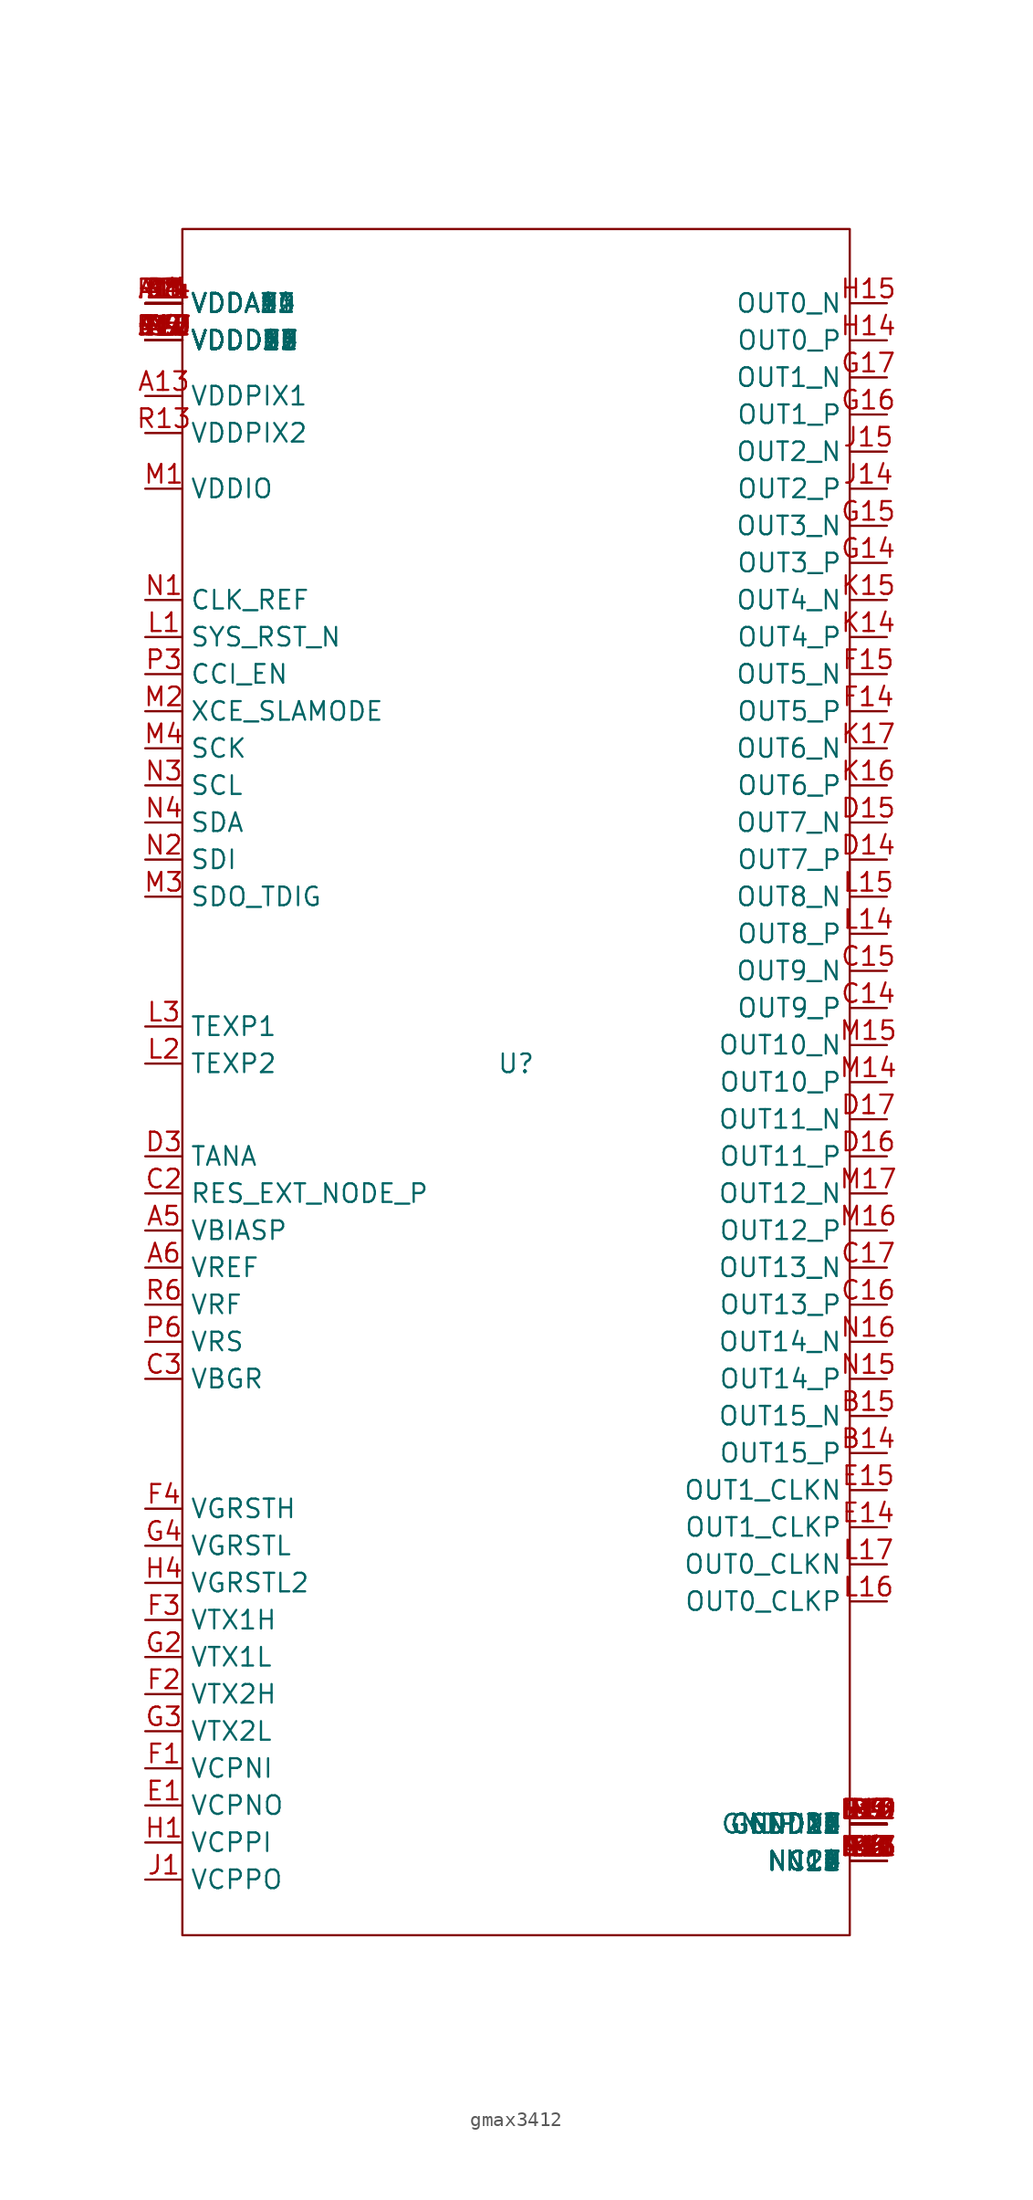
<source format=kicad_sym>
(kicad_symbol_lib
  (version 20231120)
  (generator "kicad_symbol_editor")
  (generator_version "8.0")
  (symbol "gmax3412"
    (property "Reference" "U"
      (at 0 0 0)
      (effects (font (size 1.27 1.27))))
    (property "Value" ""
      (at 0 0 0)
      (effects (font (size 1.27 1.27))))
    (symbol "gmax3412_0_1"
      (rectangle (start -22.86 57.15) (end 22.86 -59.69) (stroke (width 0) (type default)) (fill (type none))))
    (symbol "gmax3412_1_1"
      (pin input line (at -25.4 49.53 0) (length 2.54) (name "VDDD4" (effects (font (size 1.27 1.27)))) (number "A10" (effects (font (size 1.27 1.27)))))
      (pin input line (at -25.4 52.07 0) (length 2.54) (name "VDDA3" (effects (font (size 1.27 1.27)))) (number "A11" (effects (font (size 1.27 1.27)))))
      (pin input line (at -25.4 49.53 0) (length 2.54) (name "VDDD5" (effects (font (size 1.27 1.27)))) (number "A12" (effects (font (size 1.27 1.27)))))
      (pin input line (at -25.4 45.72 0) (length 2.54) (name "VDDPIX1" (effects (font (size 1.27 1.27)))) (number "A13" (effects (font (size 1.27 1.27)))))
      (pin input line (at -25.4 52.07 0) (length 2.54) (name "VDDA4" (effects (font (size 1.27 1.27)))) (number "A14" (effects (font (size 1.27 1.27)))))
      (pin input line (at 25.4 -54.61 180) (length 2.54) (name "NC1" (effects (font (size 1.27 1.27)))) (number "A15" (effects (font (size 1.27 1.27)))))
      (pin input line (at -25.4 52.07 0) (length 2.54) (name "VDDA1" (effects (font (size 1.27 1.27)))) (number "A3" (effects (font (size 1.27 1.27)))))
      (pin input line (at -25.4 49.53 0) (length 2.54) (name "VDDD1" (effects (font (size 1.27 1.27)))) (number "A4" (effects (font (size 1.27 1.27)))))
      (pin input line (at -25.4 -11.43 0) (length 2.54) (name "VBIASP" (effects (font (size 1.27 1.27)))) (number "A5" (effects (font (size 1.27 1.27)))))
      (pin input line (at -25.4 -13.97 0) (length 2.54) (name "VREF" (effects (font (size 1.27 1.27)))) (number "A6" (effects (font (size 1.27 1.27)))))
      (pin input line (at -25.4 49.53 0) (length 2.54) (name "VDDD2" (effects (font (size 1.27 1.27)))) (number "A7" (effects (font (size 1.27 1.27)))))
      (pin input line (at -25.4 52.07 0) (length 2.54) (name "VDDA2" (effects (font (size 1.27 1.27)))) (number "A8" (effects (font (size 1.27 1.27)))))
      (pin input line (at -25.4 49.53 0) (length 2.54) (name "VDDD3" (effects (font (size 1.27 1.27)))) (number "A9" (effects (font (size 1.27 1.27)))))
      (pin input line (at 25.4 -52.07 180) (length 2.54) (name "GNDD3" (effects (font (size 1.27 1.27)))) (number "B10" (effects (font (size 1.27 1.27)))))
      (pin input line (at 25.4 -52.07 180) (length 2.54) hide (name "GNDA3" (effects (font (size 1.27 1.27)))) (number "B11" (effects (font (size 1.27 1.27)))))
      (pin input line (at -25.4 49.53 0) (length 2.54) (name "VDDD7" (effects (font (size 1.27 1.27)))) (number "B12" (effects (font (size 1.27 1.27)))))
      (pin input line (at 25.4 -52.07 180) (length 2.54) (name "GNDPIX1" (effects (font (size 1.27 1.27)))) (number "B13" (effects (font (size 1.27 1.27)))))
      (pin input line (at 25.4 -26.67 180) (length 2.54) (name "OUT15_P" (effects (font (size 1.27 1.27)))) (number "B14" (effects (font (size 1.27 1.27)))))
      (pin input line (at 25.4 -24.13 180) (length 2.54) (name "OUT15_N" (effects (font (size 1.27 1.27)))) (number "B15" (effects (font (size 1.27 1.27)))))
      (pin input line (at 25.4 -52.07 180) (length 2.54) hide (name "GNDA1" (effects (font (size 1.27 1.27)))) (number "B3" (effects (font (size 1.27 1.27)))))
      (pin input line (at 25.4 -52.07 180) (length 2.54) (name "GNDD1" (effects (font (size 1.27 1.27)))) (number "B4" (effects (font (size 1.27 1.27)))))
      (pin input line (at 25.4 -54.61 180) (length 2.54) (name "NC2" (effects (font (size 1.27 1.27)))) (number "B5" (effects (font (size 1.27 1.27)))))
      (pin input line (at 25.4 -54.61 180) (length 2.54) (name "NC3" (effects (font (size 1.27 1.27)))) (number "B6" (effects (font (size 1.27 1.27)))))
      (pin input line (at 25.4 -52.07 180) (length 2.54) (name "GNDD2" (effects (font (size 1.27 1.27)))) (number "B7" (effects (font (size 1.27 1.27)))))
      (pin input line (at 25.4 -52.07 180) (length 2.54) hide (name "GNDA2" (effects (font (size 1.27 1.27)))) (number "B8" (effects (font (size 1.27 1.27)))))
      (pin input line (at -25.4 49.53 0) (length 2.54) (name "VDDD6" (effects (font (size 1.27 1.27)))) (number "B9" (effects (font (size 1.27 1.27)))))
      (pin input line (at 25.4 -52.07 180) (length 2.54) hide (name "GNDA4" (effects (font (size 1.27 1.27)))) (number "C1" (effects (font (size 1.27 1.27)))))
      (pin input line (at -25.4 49.53 0) (length 2.54) (name "VDDD9" (effects (font (size 1.27 1.27)))) (number "C10" (effects (font (size 1.27 1.27)))))
      (pin input line (at 25.4 -54.61 180) (length 2.54) (name "NC8" (effects (font (size 1.27 1.27)))) (number "C11" (effects (font (size 1.27 1.27)))))
      (pin input line (at 25.4 -52.07 180) (length 2.54) (name "GNDD5" (effects (font (size 1.27 1.27)))) (number "C12" (effects (font (size 1.27 1.27)))))
      (pin input line (at 25.4 -54.61 180) (length 2.54) (name "NC9" (effects (font (size 1.27 1.27)))) (number "C13" (effects (font (size 1.27 1.27)))))
      (pin input line (at 25.4 3.81 180) (length 2.54) (name "OUT9_P" (effects (font (size 1.27 1.27)))) (number "C14" (effects (font (size 1.27 1.27)))))
      (pin input line (at 25.4 6.35 180) (length 2.54) (name "OUT9_N" (effects (font (size 1.27 1.27)))) (number "C15" (effects (font (size 1.27 1.27)))))
      (pin input line (at 25.4 -16.51 180) (length 2.54) (name "OUT13_P" (effects (font (size 1.27 1.27)))) (number "C16" (effects (font (size 1.27 1.27)))))
      (pin input line (at 25.4 -13.97 180) (length 2.54) (name "OUT13_N" (effects (font (size 1.27 1.27)))) (number "C17" (effects (font (size 1.27 1.27)))))
      (pin input line (at -25.4 -8.89 0) (length 2.54) (name "RES_EXT_NODE_P" (effects (font (size 1.27 1.27)))) (number "C2" (effects (font (size 1.27 1.27)))))
      (pin input line (at -25.4 -21.59 0) (length 2.54) (name "VBGR" (effects (font (size 1.27 1.27)))) (number "C3" (effects (font (size 1.27 1.27)))))
      (pin input line (at 25.4 -54.61 180) (length 2.54) (name "NC4" (effects (font (size 1.27 1.27)))) (number "C4" (effects (font (size 1.27 1.27)))))
      (pin input line (at 25.4 -54.61 180) (length 2.54) (name "NC5" (effects (font (size 1.27 1.27)))) (number "C5" (effects (font (size 1.27 1.27)))))
      (pin input line (at 25.4 -54.61 180) (length 2.54) (name "NC6" (effects (font (size 1.27 1.27)))) (number "C6" (effects (font (size 1.27 1.27)))))
      (pin input line (at -25.4 49.53 0) (length 2.54) (name "VDDD8" (effects (font (size 1.27 1.27)))) (number "C7" (effects (font (size 1.27 1.27)))))
      (pin input line (at 25.4 -54.61 180) (length 2.54) (name "NC7" (effects (font (size 1.27 1.27)))) (number "C8" (effects (font (size 1.27 1.27)))))
      (pin input line (at 25.4 -52.07 180) (length 2.54) (name "GNDD4" (effects (font (size 1.27 1.27)))) (number "C9" (effects (font (size 1.27 1.27)))))
      (pin input line (at -25.4 52.07 0) (length 2.54) (name "VDDA5" (effects (font (size 1.27 1.27)))) (number "D1" (effects (font (size 1.27 1.27)))))
      (pin input line (at 25.4 -52.07 180) (length 2.54) (name "GNDD8" (effects (font (size 1.27 1.27)))) (number "D10" (effects (font (size 1.27 1.27)))))
      (pin input line (at 25.4 -54.61 180) (length 2.54) (name "NC14" (effects (font (size 1.27 1.27)))) (number "D11" (effects (font (size 1.27 1.27)))))
      (pin input line (at 25.4 -52.07 180) (length 2.54) (name "GNDD9" (effects (font (size 1.27 1.27)))) (number "D12" (effects (font (size 1.27 1.27)))))
      (pin input line (at 25.4 -54.61 180) (length 2.54) (name "NC15" (effects (font (size 1.27 1.27)))) (number "D13" (effects (font (size 1.27 1.27)))))
      (pin input line (at 25.4 13.97 180) (length 2.54) (name "OUT7_P" (effects (font (size 1.27 1.27)))) (number "D14" (effects (font (size 1.27 1.27)))))
      (pin input line (at 25.4 16.51 180) (length 2.54) (name "OUT7_N" (effects (font (size 1.27 1.27)))) (number "D15" (effects (font (size 1.27 1.27)))))
      (pin input line (at 25.4 -6.35 180) (length 2.54) (name "OUT11_P" (effects (font (size 1.27 1.27)))) (number "D16" (effects (font (size 1.27 1.27)))))
      (pin input line (at 25.4 -3.81 180) (length 2.54) (name "OUT11_N" (effects (font (size 1.27 1.27)))) (number "D17" (effects (font (size 1.27 1.27)))))
      (pin input line (at 25.4 -52.07 180) (length 2.54) hide (name "GNDA5" (effects (font (size 1.27 1.27)))) (number "D2" (effects (font (size 1.27 1.27)))))
      (pin input line (at -25.4 -6.35 0) (length 2.54) (name "TANA" (effects (font (size 1.27 1.27)))) (number "D3" (effects (font (size 1.27 1.27)))))
      (pin input line (at 25.4 -54.61 180) (length 2.54) (name "NC10" (effects (font (size 1.27 1.27)))) (number "D4" (effects (font (size 1.27 1.27)))))
      (pin input line (at 25.4 -54.61 180) (length 2.54) (name "NC11" (effects (font (size 1.27 1.27)))) (number "D5" (effects (font (size 1.27 1.27)))))
      (pin input line (at 25.4 -54.61 180) (length 2.54) (name "NC12" (effects (font (size 1.27 1.27)))) (number "D6" (effects (font (size 1.27 1.27)))))
      (pin input line (at 25.4 -52.07 180) (length 2.54) (name "GNDD6" (effects (font (size 1.27 1.27)))) (number "D7" (effects (font (size 1.27 1.27)))))
      (pin input line (at 25.4 -54.61 180) (length 2.54) (name "NC13" (effects (font (size 1.27 1.27)))) (number "D8" (effects (font (size 1.27 1.27)))))
      (pin input line (at 25.4 -52.07 180) (length 2.54) (name "GNDD7" (effects (font (size 1.27 1.27)))) (number "D9" (effects (font (size 1.27 1.27)))))
      (pin input line (at -25.4 -50.8 0) (length 2.54) (name "VCPNO" (effects (font (size 1.27 1.27)))) (number "E1" (effects (font (size 1.27 1.27)))))
      (pin input line (at 25.4 -31.75 180) (length 2.54) (name "OUT1_CLKP" (effects (font (size 1.27 1.27)))) (number "E14" (effects (font (size 1.27 1.27)))))
      (pin input line (at 25.4 -29.21 180) (length 2.54) (name "OUT1_CLKN" (effects (font (size 1.27 1.27)))) (number "E15" (effects (font (size 1.27 1.27)))))
      (pin input line (at 25.4 -52.07 180) (length 2.54) (name "GNDD10" (effects (font (size 1.27 1.27)))) (number "E16" (effects (font (size 1.27 1.27)))))
      (pin input line (at -25.4 49.53 0) (length 2.54) (name "VDDD10" (effects (font (size 1.27 1.27)))) (number "E17" (effects (font (size 1.27 1.27)))))
      (pin input line (at 25.4 -52.07 180) (length 2.54) hide (name "GNDA6" (effects (font (size 1.27 1.27)))) (number "E2" (effects (font (size 1.27 1.27)))))
      (pin input line (at -25.4 52.07 0) (length 2.54) (name "VDDA6" (effects (font (size 1.27 1.27)))) (number "E3" (effects (font (size 1.27 1.27)))))
      (pin input line (at 25.4 -52.07 180) (length 2.54) hide (name "GNDA7" (effects (font (size 1.27 1.27)))) (number "E4" (effects (font (size 1.27 1.27)))))
      (pin input line (at -25.4 -48.26 0) (length 2.54) (name "VCPNI" (effects (font (size 1.27 1.27)))) (number "F1" (effects (font (size 1.27 1.27)))))
      (pin input line (at 25.4 24.13 180) (length 2.54) (name "OUT5_P" (effects (font (size 1.27 1.27)))) (number "F14" (effects (font (size 1.27 1.27)))))
      (pin input line (at 25.4 26.67 180) (length 2.54) (name "OUT5_N" (effects (font (size 1.27 1.27)))) (number "F15" (effects (font (size 1.27 1.27)))))
      (pin input line (at 25.4 -52.07 180) (length 2.54) (name "GNDD11" (effects (font (size 1.27 1.27)))) (number "F16" (effects (font (size 1.27 1.27)))))
      (pin input line (at -25.4 49.53 0) (length 2.54) (name "VDDD11" (effects (font (size 1.27 1.27)))) (number "F17" (effects (font (size 1.27 1.27)))))
      (pin input line (at -25.4 -43.18 0) (length 2.54) (name "VTX2H" (effects (font (size 1.27 1.27)))) (number "F2" (effects (font (size 1.27 1.27)))))
      (pin input line (at -25.4 -38.1 0) (length 2.54) (name "VTX1H" (effects (font (size 1.27 1.27)))) (number "F3" (effects (font (size 1.27 1.27)))))
      (pin input line (at -25.4 -30.48 0) (length 2.54) (name "VGRSTH" (effects (font (size 1.27 1.27)))) (number "F4" (effects (font (size 1.27 1.27)))))
      (pin input line (at -25.4 52.07 0) (length 2.54) (name "VDDA7" (effects (font (size 1.27 1.27)))) (number "G1" (effects (font (size 1.27 1.27)))))
      (pin input line (at 25.4 34.29 180) (length 2.54) (name "OUT3_P" (effects (font (size 1.27 1.27)))) (number "G14" (effects (font (size 1.27 1.27)))))
      (pin input line (at 25.4 36.83 180) (length 2.54) (name "OUT3_N" (effects (font (size 1.27 1.27)))) (number "G15" (effects (font (size 1.27 1.27)))))
      (pin input line (at 25.4 44.45 180) (length 2.54) (name "OUT1_P" (effects (font (size 1.27 1.27)))) (number "G16" (effects (font (size 1.27 1.27)))))
      (pin input line (at 25.4 46.99 180) (length 2.54) (name "OUT1_N" (effects (font (size 1.27 1.27)))) (number "G17" (effects (font (size 1.27 1.27)))))
      (pin input line (at -25.4 -40.64 0) (length 2.54) (name "VTX1L" (effects (font (size 1.27 1.27)))) (number "G2" (effects (font (size 1.27 1.27)))))
      (pin input line (at -25.4 -45.72 0) (length 2.54) (name "VTX2L" (effects (font (size 1.27 1.27)))) (number "G3" (effects (font (size 1.27 1.27)))))
      (pin input line (at -25.4 -33.02 0) (length 2.54) (name "VGRSTL" (effects (font (size 1.27 1.27)))) (number "G4" (effects (font (size 1.27 1.27)))))
      (pin input line (at -25.4 -53.34 0) (length 2.54) (name "VCPPI" (effects (font (size 1.27 1.27)))) (number "H1" (effects (font (size 1.27 1.27)))))
      (pin input line (at 25.4 49.53 180) (length 2.54) (name "OUT0_P" (effects (font (size 1.27 1.27)))) (number "H14" (effects (font (size 1.27 1.27)))))
      (pin input line (at 25.4 52.07 180) (length 2.54) (name "OUT0_N" (effects (font (size 1.27 1.27)))) (number "H15" (effects (font (size 1.27 1.27)))))
      (pin input line (at 25.4 -52.07 180) (length 2.54) (name "GNDD12" (effects (font (size 1.27 1.27)))) (number "H16" (effects (font (size 1.27 1.27)))))
      (pin input line (at -25.4 49.53 0) (length 2.54) (name "VDDD12" (effects (font (size 1.27 1.27)))) (number "H17" (effects (font (size 1.27 1.27)))))
      (pin input line (at 25.4 -54.61 180) (length 2.54) (name "NC16" (effects (font (size 1.27 1.27)))) (number "H2" (effects (font (size 1.27 1.27)))))
      (pin input line (at 25.4 -54.61 180) (length 2.54) (name "NC17" (effects (font (size 1.27 1.27)))) (number "H3" (effects (font (size 1.27 1.27)))))
      (pin input line (at -25.4 -35.56 0) (length 2.54) (name "VGRSTL2" (effects (font (size 1.27 1.27)))) (number "H4" (effects (font (size 1.27 1.27)))))
      (pin input line (at -25.4 -55.88 0) (length 2.54) (name "VCPPO" (effects (font (size 1.27 1.27)))) (number "J1" (effects (font (size 1.27 1.27)))))
      (pin input line (at 25.4 39.37 180) (length 2.54) (name "OUT2_P" (effects (font (size 1.27 1.27)))) (number "J14" (effects (font (size 1.27 1.27)))))
      (pin input line (at 25.4 41.91 180) (length 2.54) (name "OUT2_N" (effects (font (size 1.27 1.27)))) (number "J15" (effects (font (size 1.27 1.27)))))
      (pin input line (at 25.4 -52.07 180) (length 2.54) (name "GNDD13" (effects (font (size 1.27 1.27)))) (number "J16" (effects (font (size 1.27 1.27)))))
      (pin input line (at -25.4 49.53 0) (length 2.54) (name "VDDD13" (effects (font (size 1.27 1.27)))) (number "J17" (effects (font (size 1.27 1.27)))))
      (pin input line (at 25.4 -52.07 180) (length 2.54) hide (name "GNDA8" (effects (font (size 1.27 1.27)))) (number "J2" (effects (font (size 1.27 1.27)))))
      (pin input line (at -25.4 52.07 0) (length 2.54) (name "VDDA8" (effects (font (size 1.27 1.27)))) (number "J3" (effects (font (size 1.27 1.27)))))
      (pin input line (at 25.4 -52.07 180) (length 2.54) hide (name "GNDA9" (effects (font (size 1.27 1.27)))) (number "J4" (effects (font (size 1.27 1.27)))))
      (pin input line (at 25.4 -52.07 180) (length 2.54) hide (name "GNDA10" (effects (font (size 1.27 1.27)))) (number "K1" (effects (font (size 1.27 1.27)))))
      (pin input line (at 25.4 29.21 180) (length 2.54) (name "OUT4_P" (effects (font (size 1.27 1.27)))) (number "K14" (effects (font (size 1.27 1.27)))))
      (pin input line (at 25.4 31.75 180) (length 2.54) (name "OUT4_N" (effects (font (size 1.27 1.27)))) (number "K15" (effects (font (size 1.27 1.27)))))
      (pin input line (at 25.4 19.05 180) (length 2.54) (name "OUT6_P" (effects (font (size 1.27 1.27)))) (number "K16" (effects (font (size 1.27 1.27)))))
      (pin input line (at 25.4 21.59 180) (length 2.54) (name "OUT6_N" (effects (font (size 1.27 1.27)))) (number "K17" (effects (font (size 1.27 1.27)))))
      (pin input line (at 25.4 -54.61 180) (length 2.54) (name "NC18" (effects (font (size 1.27 1.27)))) (number "K2" (effects (font (size 1.27 1.27)))))
      (pin input line (at -25.4 52.07 0) (length 2.54) (name "VDDA9" (effects (font (size 1.27 1.27)))) (number "K3" (effects (font (size 1.27 1.27)))))
      (pin input line (at 25.4 -52.07 180) (length 2.54) hide (name "GNDA11" (effects (font (size 1.27 1.27)))) (number "K4" (effects (font (size 1.27 1.27)))))
      (pin input line (at -25.4 29.21 0) (length 2.54) (name "SYS_RST_N" (effects (font (size 1.27 1.27)))) (number "L1" (effects (font (size 1.27 1.27)))))
      (pin input line (at 25.4 8.89 180) (length 2.54) (name "OUT8_P" (effects (font (size 1.27 1.27)))) (number "L14" (effects (font (size 1.27 1.27)))))
      (pin input line (at 25.4 11.43 180) (length 2.54) (name "OUT8_N" (effects (font (size 1.27 1.27)))) (number "L15" (effects (font (size 1.27 1.27)))))
      (pin input line (at 25.4 -36.83 180) (length 2.54) (name "OUT0_CLKP" (effects (font (size 1.27 1.27)))) (number "L16" (effects (font (size 1.27 1.27)))))
      (pin input line (at 25.4 -34.29 180) (length 2.54) (name "OUT0_CLKN" (effects (font (size 1.27 1.27)))) (number "L17" (effects (font (size 1.27 1.27)))))
      (pin input line (at -25.4 0 0) (length 2.54) (name "TEXP2" (effects (font (size 1.27 1.27)))) (number "L2" (effects (font (size 1.27 1.27)))))
      (pin input line (at -25.4 2.54 0) (length 2.54) (name "TEXP1" (effects (font (size 1.27 1.27)))) (number "L3" (effects (font (size 1.27 1.27)))))
      (pin input line (at 25.4 -54.61 180) (length 2.54) (name "NC19" (effects (font (size 1.27 1.27)))) (number "L4" (effects (font (size 1.27 1.27)))))
      (pin input line (at -25.4 39.37 0) (length 2.54) (name "VDDIO" (effects (font (size 1.27 1.27)))) (number "M1" (effects (font (size 1.27 1.27)))))
      (pin input line (at 25.4 -52.07 180) (length 2.54) (name "GNDD16" (effects (font (size 1.27 1.27)))) (number "M10" (effects (font (size 1.27 1.27)))))
      (pin input line (at 25.4 -54.61 180) (length 2.54) (name "NC23" (effects (font (size 1.27 1.27)))) (number "M11" (effects (font (size 1.27 1.27)))))
      (pin input line (at 25.4 -52.07 180) (length 2.54) (name "GNDD17" (effects (font (size 1.27 1.27)))) (number "M12" (effects (font (size 1.27 1.27)))))
      (pin input line (at 25.4 -54.61 180) (length 2.54) (name "NC24" (effects (font (size 1.27 1.27)))) (number "M13" (effects (font (size 1.27 1.27)))))
      (pin input line (at 25.4 -1.27 180) (length 2.54) (name "OUT10_P" (effects (font (size 1.27 1.27)))) (number "M14" (effects (font (size 1.27 1.27)))))
      (pin input line (at 25.4 1.27 180) (length 2.54) (name "OUT10_N" (effects (font (size 1.27 1.27)))) (number "M15" (effects (font (size 1.27 1.27)))))
      (pin input line (at 25.4 -11.43 180) (length 2.54) (name "OUT12_P" (effects (font (size 1.27 1.27)))) (number "M16" (effects (font (size 1.27 1.27)))))
      (pin input line (at 25.4 -8.89 180) (length 2.54) (name "OUT12_N" (effects (font (size 1.27 1.27)))) (number "M17" (effects (font (size 1.27 1.27)))))
      (pin input line (at -25.4 24.13 0) (length 2.54) (name "XCE_SLAMODE" (effects (font (size 1.27 1.27)))) (number "M2" (effects (font (size 1.27 1.27)))))
      (pin input line (at -25.4 11.43 0) (length 2.54) (name "SDO_TDIG" (effects (font (size 1.27 1.27)))) (number "M3" (effects (font (size 1.27 1.27)))))
      (pin input line (at -25.4 21.59 0) (length 2.54) (name "SCK" (effects (font (size 1.27 1.27)))) (number "M4" (effects (font (size 1.27 1.27)))))
      (pin input line (at 25.4 -54.61 180) (length 2.54) (name "NC20" (effects (font (size 1.27 1.27)))) (number "M5" (effects (font (size 1.27 1.27)))))
      (pin input line (at 25.4 -54.61 180) (length 2.54) (name "NC21" (effects (font (size 1.27 1.27)))) (number "M6" (effects (font (size 1.27 1.27)))))
      (pin input line (at 25.4 -52.07 180) (length 2.54) (name "GNDD14" (effects (font (size 1.27 1.27)))) (number "M7" (effects (font (size 1.27 1.27)))))
      (pin input line (at 25.4 -54.61 180) (length 2.54) (name "NC22" (effects (font (size 1.27 1.27)))) (number "M8" (effects (font (size 1.27 1.27)))))
      (pin input line (at 25.4 -52.07 180) (length 2.54) (name "GNDD15" (effects (font (size 1.27 1.27)))) (number "M9" (effects (font (size 1.27 1.27)))))
      (pin input line (at -25.4 31.75 0) (length 2.54) (name "CLK_REF" (effects (font (size 1.27 1.27)))) (number "N1" (effects (font (size 1.27 1.27)))))
      (pin input line (at -25.4 49.53 0) (length 2.54) (name "VDDD15" (effects (font (size 1.27 1.27)))) (number "N10" (effects (font (size 1.27 1.27)))))
      (pin input line (at 25.4 -54.61 180) (length 2.54) (name "NC27" (effects (font (size 1.27 1.27)))) (number "N11" (effects (font (size 1.27 1.27)))))
      (pin input line (at 25.4 -52.07 180) (length 2.54) (name "GNDD20" (effects (font (size 1.27 1.27)))) (number "N12" (effects (font (size 1.27 1.27)))))
      (pin input line (at 25.4 -54.61 180) (length 2.54) (name "NC28" (effects (font (size 1.27 1.27)))) (number "N13" (effects (font (size 1.27 1.27)))))
      (pin input line (at 25.4 -52.07 180) (length 2.54) hide (name "GNDA12" (effects (font (size 1.27 1.27)))) (number "N14" (effects (font (size 1.27 1.27)))))
      (pin input line (at 25.4 -21.59 180) (length 2.54) (name "OUT14_P" (effects (font (size 1.27 1.27)))) (number "N15" (effects (font (size 1.27 1.27)))))
      (pin input line (at 25.4 -19.05 180) (length 2.54) (name "OUT14_N" (effects (font (size 1.27 1.27)))) (number "N16" (effects (font (size 1.27 1.27)))))
      (pin input line (at 25.4 -54.61 180) (length 2.54) (name "NC29" (effects (font (size 1.27 1.27)))) (number "N17" (effects (font (size 1.27 1.27)))))
      (pin input line (at -25.4 13.97 0) (length 2.54) (name "SDI" (effects (font (size 1.27 1.27)))) (number "N2" (effects (font (size 1.27 1.27)))))
      (pin input line (at -25.4 19.05 0) (length 2.54) (name "SCL" (effects (font (size 1.27 1.27)))) (number "N3" (effects (font (size 1.27 1.27)))))
      (pin input line (at -25.4 16.51 0) (length 2.54) (name "SDA" (effects (font (size 1.27 1.27)))) (number "N4" (effects (font (size 1.27 1.27)))))
      (pin input line (at 25.4 -52.07 180) (length 2.54) (name "GNDD18" (effects (font (size 1.27 1.27)))) (number "N5" (effects (font (size 1.27 1.27)))))
      (pin input line (at 25.4 -54.61 180) (length 2.54) (name "NC25" (effects (font (size 1.27 1.27)))) (number "N6" (effects (font (size 1.27 1.27)))))
      (pin input line (at -25.4 49.53 0) (length 2.54) (name "VDDD14" (effects (font (size 1.27 1.27)))) (number "N7" (effects (font (size 1.27 1.27)))))
      (pin input line (at 25.4 -54.61 180) (length 2.54) (name "NC26" (effects (font (size 1.27 1.27)))) (number "N8" (effects (font (size 1.27 1.27)))))
      (pin input line (at 25.4 -52.07 180) (length 2.54) (name "GNDD19" (effects (font (size 1.27 1.27)))) (number "N9" (effects (font (size 1.27 1.27)))))
      (pin input line (at 25.4 -52.07 180) (length 2.54) (name "GNDD22" (effects (font (size 1.27 1.27)))) (number "P10" (effects (font (size 1.27 1.27)))))
      (pin input line (at 25.4 -52.07 180) (length 2.54) hide (name "GNDA15" (effects (font (size 1.27 1.27)))) (number "P11" (effects (font (size 1.27 1.27)))))
      (pin input line (at -25.4 49.53 0) (length 2.54) (name "VDDD18" (effects (font (size 1.27 1.27)))) (number "P12" (effects (font (size 1.27 1.27)))))
      (pin input line (at 25.4 -52.07 180) (length 2.54) (name "GNDPIX2" (effects (font (size 1.27 1.27)))) (number "P13" (effects (font (size 1.27 1.27)))))
      (pin input line (at 25.4 -52.07 180) (length 2.54) hide (name "GNDA16" (effects (font (size 1.27 1.27)))) (number "P14" (effects (font (size 1.27 1.27)))))
      (pin input line (at 25.4 -52.07 180) (length 2.54) (name "GNDD23" (effects (font (size 1.27 1.27)))) (number "P15" (effects (font (size 1.27 1.27)))))
      (pin input line (at -25.4 26.67 0) (length 2.54) (name "CCI_EN" (effects (font (size 1.27 1.27)))) (number "P3" (effects (font (size 1.27 1.27)))))
      (pin input line (at 25.4 -52.07 180) (length 2.54) hide (name "GNDA13" (effects (font (size 1.27 1.27)))) (number "P4" (effects (font (size 1.27 1.27)))))
      (pin input line (at -25.4 49.53 0) (length 2.54) (name "VDDD16" (effects (font (size 1.27 1.27)))) (number "P5" (effects (font (size 1.27 1.27)))))
      (pin input line (at -25.4 -19.05 0) (length 2.54) (name "VRS" (effects (font (size 1.27 1.27)))) (number "P6" (effects (font (size 1.27 1.27)))))
      (pin input line (at 25.4 -52.07 180) (length 2.54) (name "GNDD21" (effects (font (size 1.27 1.27)))) (number "P7" (effects (font (size 1.27 1.27)))))
      (pin input line (at 25.4 -52.07 180) (length 2.54) hide (name "GNDA14" (effects (font (size 1.27 1.27)))) (number "P8" (effects (font (size 1.27 1.27)))))
      (pin input line (at -25.4 49.53 0) (length 2.54) (name "VDDD17" (effects (font (size 1.27 1.27)))) (number "P9" (effects (font (size 1.27 1.27)))))
      (pin input line (at -25.4 49.53 0) (length 2.54) (name "VDDD21" (effects (font (size 1.27 1.27)))) (number "R10" (effects (font (size 1.27 1.27)))))
      (pin input line (at -25.4 52.07 0) (length 2.54) (name "VDDA13" (effects (font (size 1.27 1.27)))) (number "R11" (effects (font (size 1.27 1.27)))))
      (pin input line (at -25.4 49.53 0) (length 2.54) (name "VDDD22" (effects (font (size 1.27 1.27)))) (number "R12" (effects (font (size 1.27 1.27)))))
      (pin input line (at -25.4 43.18 0) (length 2.54) (name "VDDPIX2" (effects (font (size 1.27 1.27)))) (number "R13" (effects (font (size 1.27 1.27)))))
      (pin input line (at -25.4 52.07 0) (length 2.54) (name "VDDA14" (effects (font (size 1.27 1.27)))) (number "R14" (effects (font (size 1.27 1.27)))))
      (pin input line (at -25.4 49.53 0) (length 2.54) (name "VDDD23" (effects (font (size 1.27 1.27)))) (number "R15" (effects (font (size 1.27 1.27)))))
      (pin input line (at 25.4 -52.07 180) (length 2.54) (name "GNDD24" (effects (font (size 1.27 1.27)))) (number "R3" (effects (font (size 1.27 1.27)))))
      (pin input line (at -25.4 52.07 0) (length 2.54) (name "VDDA10" (effects (font (size 1.27 1.27)))) (number "R4" (effects (font (size 1.27 1.27)))))
      (pin input line (at -25.4 52.07 0) (length 2.54) (name "VDDA11" (effects (font (size 1.27 1.27)))) (number "R5" (effects (font (size 1.27 1.27)))))
      (pin input line (at -25.4 -16.51 0) (length 2.54) (name "VRF" (effects (font (size 1.27 1.27)))) (number "R6" (effects (font (size 1.27 1.27)))))
      (pin input line (at -25.4 49.53 0) (length 2.54) (name "VDDD19" (effects (font (size 1.27 1.27)))) (number "R7" (effects (font (size 1.27 1.27)))))
      (pin input line (at -25.4 52.07 0) (length 2.54) (name "VDDA12" (effects (font (size 1.27 1.27)))) (number "R8" (effects (font (size 1.27 1.27)))))
      (pin input line (at -25.4 49.53 0) (length 2.54) (name "VDDD20" (effects (font (size 1.27 1.27)))) (number "R9" (effects (font (size 1.27 1.27))))))))
</source>
